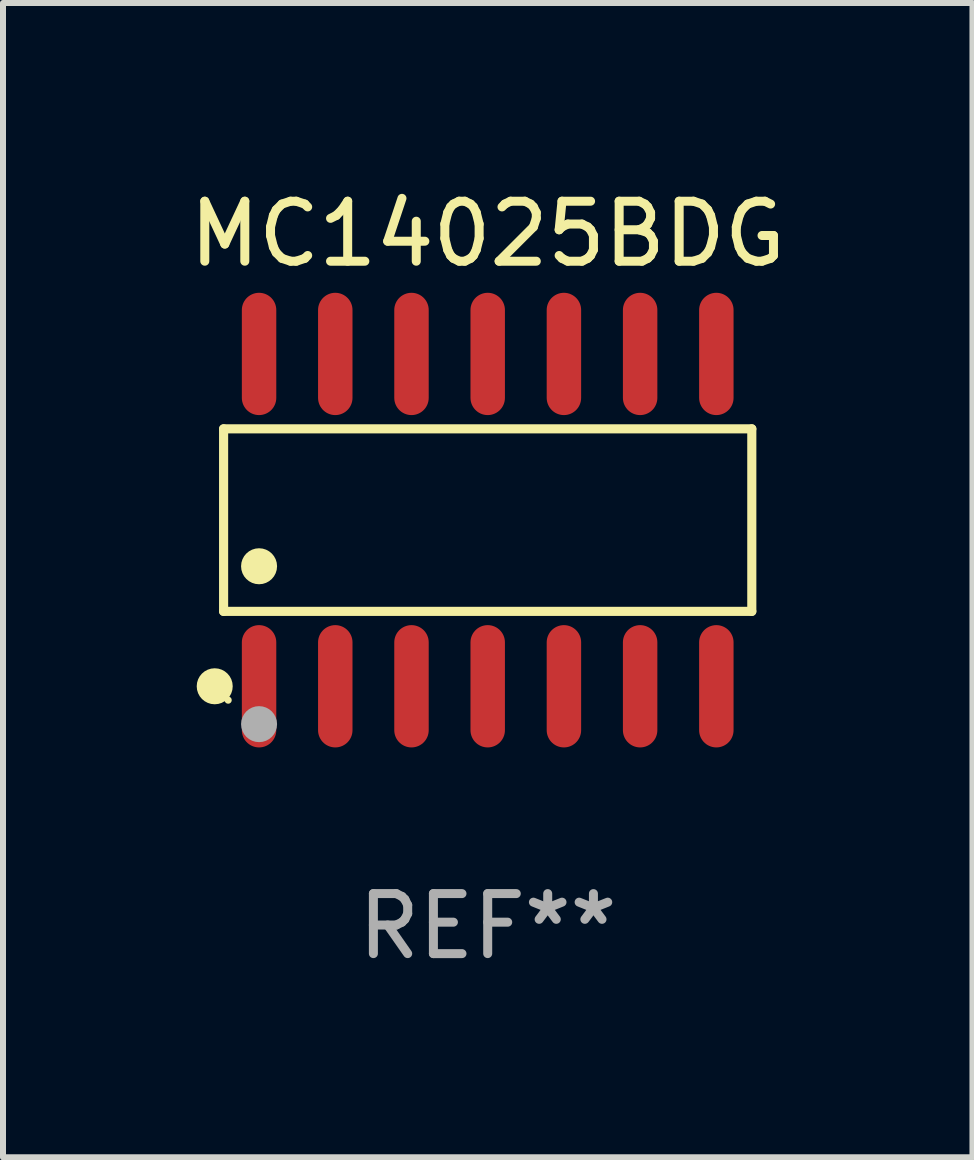
<source format=kicad_pcb>
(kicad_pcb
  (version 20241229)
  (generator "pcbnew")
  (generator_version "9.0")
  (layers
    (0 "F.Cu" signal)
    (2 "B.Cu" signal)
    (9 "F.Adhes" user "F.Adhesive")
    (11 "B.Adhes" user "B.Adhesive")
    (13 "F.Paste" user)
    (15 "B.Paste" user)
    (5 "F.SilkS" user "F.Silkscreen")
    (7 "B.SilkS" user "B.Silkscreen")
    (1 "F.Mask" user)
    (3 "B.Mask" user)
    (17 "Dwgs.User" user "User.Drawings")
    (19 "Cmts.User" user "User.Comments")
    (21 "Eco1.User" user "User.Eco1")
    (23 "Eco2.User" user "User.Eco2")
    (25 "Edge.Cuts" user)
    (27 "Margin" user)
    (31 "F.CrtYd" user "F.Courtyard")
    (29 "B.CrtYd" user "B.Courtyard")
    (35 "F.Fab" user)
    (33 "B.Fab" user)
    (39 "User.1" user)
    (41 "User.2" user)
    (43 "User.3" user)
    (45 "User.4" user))
  (footprint "MC14025BDG"
    (layer "F.Cu")
    (at 5.077 5.617)
    (property "Reference" "MC14025BDG" (at 0 -4.769 0) (layer "F.SilkS") (effects (font (size 1 1) (thickness 0.15))))
    (attr through_hole)
    (fp_line (start -4.401 -1.521) (end 4.401 -1.521) (stroke (width 0.152) (type solid)) (layer "F.SilkS"))
    (fp_line (start -4.401 1.521) (end -4.401 -1.521) (stroke (width 0.152) (type solid)) (layer "F.SilkS"))
    (fp_line (start 4.401 -1.521) (end 4.401 1.521) (stroke (width 0.152) (type solid)) (layer "F.SilkS"))
    (fp_line (start 4.401 1.521) (end -4.401 1.521) (stroke (width 0.152) (type solid)) (layer "F.SilkS"))
    (fp_circle (center -4.549 2.769) (end -4.399 2.769) (stroke (width 0.3) (type solid)) (fill no) (layer "F.SilkS"))
    (fp_circle (center -4.325 3) (end -4.295 3) (stroke (width 0.06) (type solid)) (fill no) (layer "F.SilkS"))
    (fp_circle (center -3.81 0.769) (end -3.66 0.769) (stroke (width 0.3) (type solid)) (fill no) (layer "F.SilkS"))
    (fp_circle (center -3.81 3.4) (end -3.66 3.4) (stroke (width 0.3) (type solid)) (fill no) (layer "F.Fab"))
    (fp_text user "REF**" (at 0 6.769 0) (layer "F.Fab") (effects (font (size 1 1) (thickness 0.15))))
    (pad "1" smd oval (at -3.81 2.769) (size 0.574 2.038) (layers "F.Cu" "F.Mask" "F.Paste"))
    (pad "2" smd oval (at -2.54 2.769) (size 0.574 2.038) (layers "F.Cu" "F.Mask" "F.Paste"))
    (pad "3" smd oval (at -1.27 2.769) (size 0.574 2.038) (layers "F.Cu" "F.Mask" "F.Paste"))
    (pad "4" smd oval (at 0 2.769) (size 0.574 2.038) (layers "F.Cu" "F.Mask" "F.Paste"))
    (pad "5" smd oval (at 1.27 2.769) (size 0.574 2.038) (layers "F.Cu" "F.Mask" "F.Paste"))
    (pad "6" smd oval (at 2.54 2.769) (size 0.574 2.038) (layers "F.Cu" "F.Mask" "F.Paste"))
    (pad "7" smd oval (at 3.81 2.769) (size 0.574 2.038) (layers "F.Cu" "F.Mask" "F.Paste"))
    (pad "8" smd oval (at 3.81 -2.769) (size 0.574 2.038) (layers "F.Cu" "F.Mask" "F.Paste"))
    (pad "9" smd oval (at 2.54 -2.769) (size 0.574 2.038) (layers "F.Cu" "F.Mask" "F.Paste"))
    (pad "10" smd oval (at 1.27 -2.769) (size 0.574 2.038) (layers "F.Cu" "F.Mask" "F.Paste"))
    (pad "11" smd oval (at 0 -2.769) (size 0.574 2.038) (layers "F.Cu" "F.Mask" "F.Paste"))
    (pad "12" smd oval (at -1.27 -2.769) (size 0.574 2.038) (layers "F.Cu" "F.Mask" "F.Paste"))
    (pad "13" smd oval (at -2.54 -2.769) (size 0.574 2.038) (layers "F.Cu" "F.Mask" "F.Paste"))
    (pad "14" smd oval (at -3.81 -2.769) (size 0.574 2.038) (layers "F.Cu" "F.Mask" "F.Paste")))
  (gr_rect
    (start -3 -3)
    (end 13.155 16.235)
    (stroke (width 0.1) (type default))
    (fill no)
    (layer "Edge.Cuts")))
</source>
